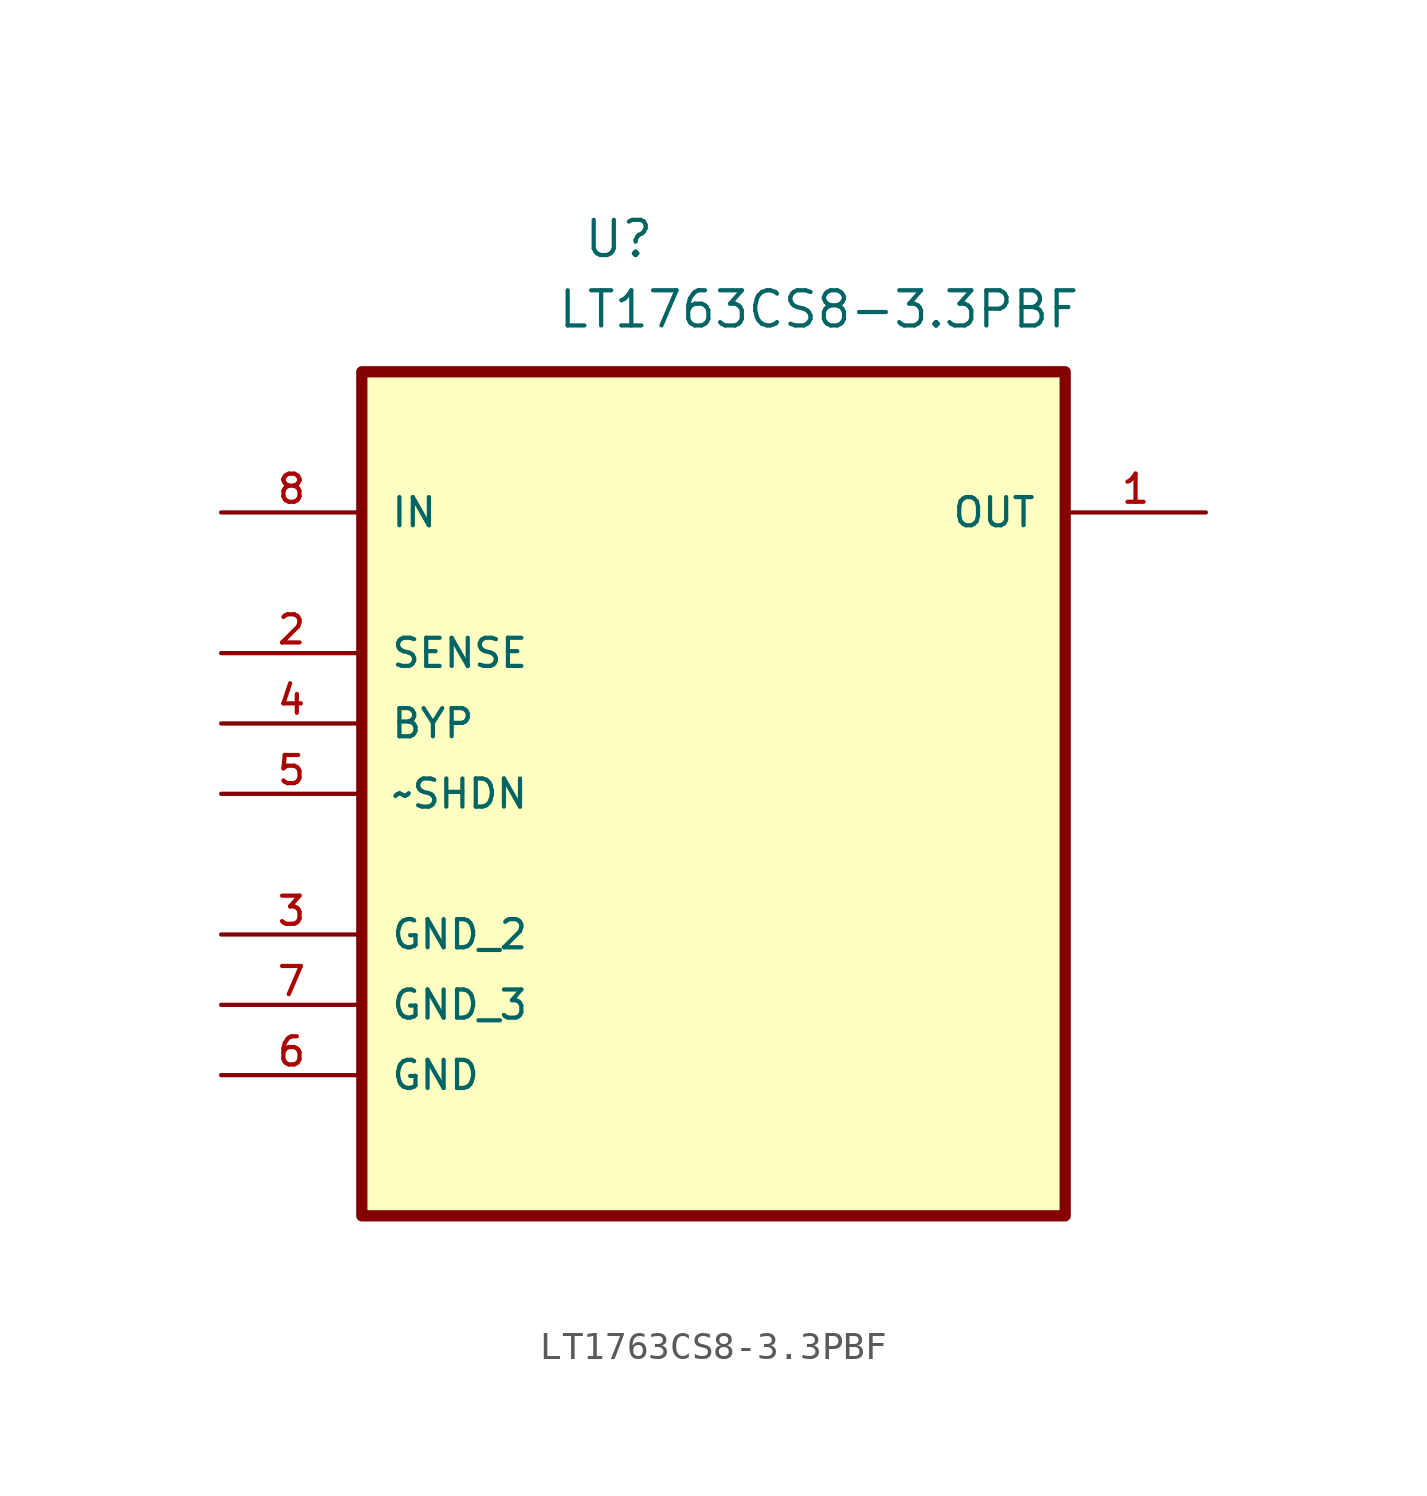
<source format=kicad_sym>
(kicad_symbol_lib
  (version 20211014)
  (generator kicad_symbol_editor)
  (symbol "LT1763CS8-3.3PBF"
    (pin_names
      (offset 1.016))
    (property "Reference" "U"
      (at -4.728 16.753 0.0)
      (effects (font (size 1.27 1.27)) (justify bottom left)))
    (property "Value" "LT1763CS8-3.3PBF"
      (at -5.669 14.21 0.0)
      (effects (font (size 1.27 1.27)) (justify bottom left)))
    (symbol "LT1763CS8-3.3PBF_0_0"
      (rectangle (start -12.7 -17.78) (end 12.7 12.7) (stroke (width 0.406)) (fill (type background)))
      (pin input line (at -17.78 7.62 0) (length 5.08) (name "IN" (effects (font (size 1.016 1.016)))) (number "8" (effects (font (size 1.016 1.016)))))
      (pin input line (at -17.78 2.54 0) (length 5.08) (name "SENSE" (effects (font (size 1.016 1.016)))) (number "2" (effects (font (size 1.016 1.016)))))
      (pin passive line (at -17.78 0.0 0) (length 5.08) (name "BYP" (effects (font (size 1.016 1.016)))) (number "4" (effects (font (size 1.016 1.016)))))
      (pin input line (at -17.78 -2.54 0) (length 5.08) (name "~SHDN" (effects (font (size 1.016 1.016)))) (number "5" (effects (font (size 1.016 1.016)))))
      (pin passive line (at -17.78 -7.62 0) (length 5.08) (name "GND_2" (effects (font (size 1.016 1.016)))) (number "3" (effects (font (size 1.016 1.016)))))
      (pin passive line (at -17.78 -10.16 0) (length 5.08) (name "GND_3" (effects (font (size 1.016 1.016)))) (number "7" (effects (font (size 1.016 1.016)))))
      (pin passive line (at -17.78 -12.7 0) (length 5.08) (name "GND" (effects (font (size 1.016 1.016)))) (number "6" (effects (font (size 1.016 1.016)))))
      (pin output line (at 17.78 7.62 180.0) (length 5.08) (name "OUT" (effects (font (size 1.016 1.016)))) (number "1" (effects (font (size 1.016 1.016))))))))
</source>
